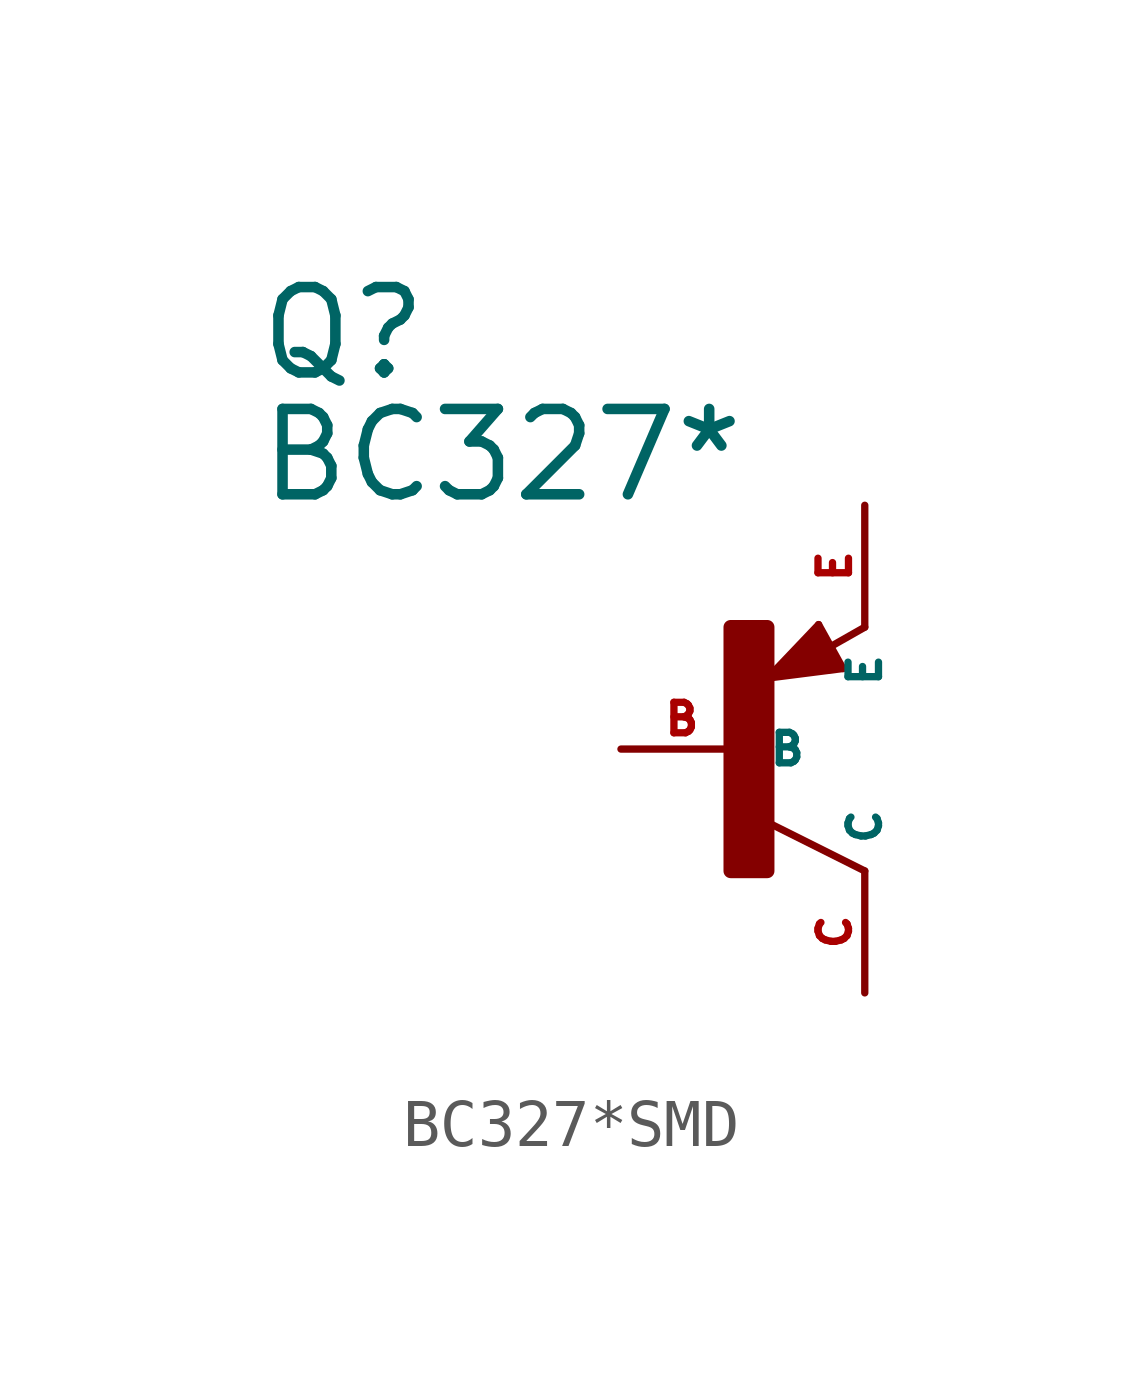
<source format=kicad_sym>
(kicad_symbol_lib
  (version 20220914)
  (generator Eagle2Kicad)
  (symbol "BC327*SMD"
    (property "Reference" "Q"
      (at -10.16 7.62 0)
      (effects (font (size 1.778 1.778) (thickness 0.22)) (justify left bottom)))
    (property "Value" "BC327*"
      (at -10.16 5.08 0)
      (effects (font (size 1.778 1.778) (thickness 0.22)) (justify left bottom)))
    (polyline
      (pts (xy 2.086 1.678) (xy 1.578 2.594))
      (stroke (width 0.152) (type default))
      (fill (type none)))
    (polyline
      (pts (xy 1.578 2.594) (xy 0.516 1.478))
      (stroke (width 0.152) (type default))
      (fill (type none)))
    (polyline
      (pts (xy 0.516 1.478) (xy 2.086 1.678))
      (stroke (width 0.152) (type default))
      (fill (type none)))
    (polyline
      (pts (xy 2.54 2.54) (xy 1.808 2.124))
      (stroke (width 0.152) (type default))
      (fill (type none)))
    (polyline
      (pts (xy 2.54 -2.54) (xy 0.508 -1.524))
      (stroke (width 0.152) (type default))
      (fill (type none)))
    (polyline
      (pts (xy 1.905 1.778) (xy 1.524 2.413))
      (stroke (width 0.254) (type default))
      (fill (type none)))
    (polyline
      (pts (xy 1.524 2.413) (xy 0.762 1.651))
      (stroke (width 0.254) (type default))
      (fill (type none)))
    (polyline
      (pts (xy 0.762 1.651) (xy 1.778 1.778))
      (stroke (width 0.254) (type default))
      (fill (type none)))
    (polyline
      (pts (xy 1.778 1.778) (xy 1.524 2.159))
      (stroke (width 0.254) (type default))
      (fill (type none)))
    (polyline
      (pts (xy 1.524 2.159) (xy 1.143 1.905))
      (stroke (width 0.254) (type default))
      (fill (type none)))
    (polyline
      (pts (xy 1.143 1.905) (xy 1.524 1.905))
      (stroke (width 0.254) (type default))
      (fill (type none)))
    (rectangle
      (start -0.254 -2.54)
      (end 0.508 2.54)
      (stroke (width 0.3) (type default))
      (fill (type outline)))
    (pin passive line
      (at -2.54 0 0)
      (length 2.54)
      (name "B" (effects (font (size 0.635 0.635) (thickness 0.08)) (justify left bottom)))
      (number "B" (effects (font (size 0.635 0.635) (thickness 0.08)) (justify left bottom))))
    (pin passive line
      (at 2.54 5.08 270)
      (length 2.54)
      (name "E" (effects (font (size 0.635 0.635) (thickness 0.08)) (justify left bottom)))
      (number "E" (effects (font (size 0.635 0.635) (thickness 0.08)) (justify left bottom))))
    (pin passive line
      (at 2.54 -5.08 90)
      (length 2.54)
      (name "C" (effects (font (size 0.635 0.635) (thickness 0.08)) (justify left bottom)))
      (number "C" (effects (font (size 0.635 0.635) (thickness 0.08)) (justify left bottom))))))
</source>
